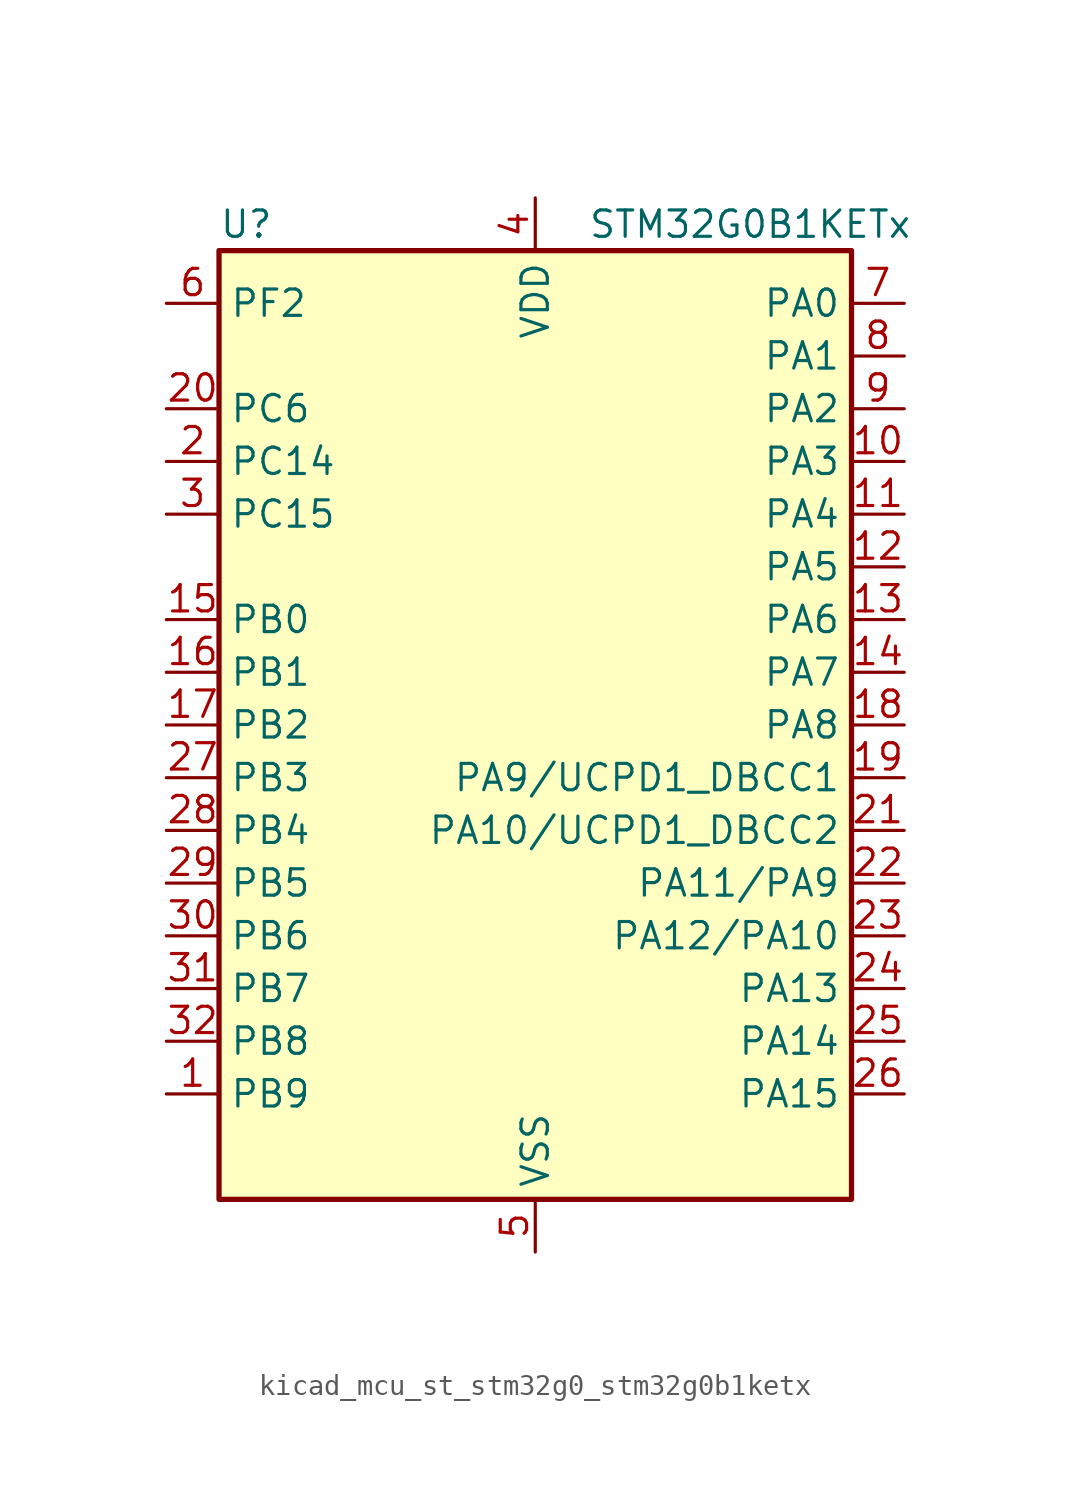
<source format=kicad_sym>
(kicad_symbol_lib
  (version 20220914)
  (generator kicad_symbol_editor)
  (symbol "kicad_mcu_st_stm32g0_stm32g0b1ketx"
    (property "Reference" "U"
      (at -15.24 24.13 0)
      (effects (font (size 1.27 1.27)) (justify left)))
    (property "Value" "STM32G0B1KETx"
      (at 2.54 24.13 0)
      (effects (font (size 1.27 1.27)) (justify left)))
    (property "ki_locked" ""
      (at 0 0 0)
      (effects (font (size 1.27 1.27))))
    (symbol "kicad_mcu_st_stm32g0_stm32g0b1ketx_0_1"
      (rectangle (start -15.24 -22.86) (end 15.24 22.86) (stroke (width 0.254) (type default)) (fill (type background))))
    (symbol "kicad_mcu_st_stm32g0_stm32g0b1ketx_1_1"
      (pin bidirectional line (at -17.78 -17.78 0) (length 2.54) (name "PB9" (effects (font (size 1.27 1.27)))) (number "1" (effects (font (size 1.27 1.27)))) (alternate "DAC1_EXTI9" bidirectional line) (alternate "FDCAN1_TX" bidirectional line) (alternate "I2C1_SDA" bidirectional line) (alternate "I2S2_WS" bidirectional line) (alternate "IR_OUT" bidirectional line) (alternate "SPI2_NSS" bidirectional line) (alternate "TIM17_CH1" bidirectional line) (alternate "TIM4_CH4" bidirectional line) (alternate "USART3_RX" bidirectional line) (alternate "USART6_RX" bidirectional line))
      (pin bidirectional line (at 17.78 12.7 180) (length 2.54) (name "PA3" (effects (font (size 1.27 1.27)))) (number "10" (effects (font (size 1.27 1.27)))) (alternate "ADC1_IN3" bidirectional line) (alternate "COMP2_INP" bidirectional line) (alternate "I2S2_MCK" bidirectional line) (alternate "LPUART1_RX" bidirectional line) (alternate "SPI2_MISO" bidirectional line) (alternate "TIM15_CH2" bidirectional line) (alternate "TIM2_CH4" bidirectional line) (alternate "USART2_RX" bidirectional line))
      (pin bidirectional line (at 17.78 10.16 180) (length 2.54) (name "PA4" (effects (font (size 1.27 1.27)))) (number "11" (effects (font (size 1.27 1.27)))) (alternate "ADC1_IN4" bidirectional line) (alternate "DAC1_OUT1" bidirectional line) (alternate "I2S1_WS" bidirectional line) (alternate "I2S2_SD" bidirectional line) (alternate "LPTIM2_OUT" bidirectional line) (alternate "RTC_OUT1" bidirectional line) (alternate "RTC_TAMP_IN1" bidirectional line) (alternate "RTC_TS" bidirectional line) (alternate "SPI1_NSS" bidirectional line) (alternate "SPI2_MOSI" bidirectional line) (alternate "SPI3_NSS" bidirectional line) (alternate "SYS_WKUP2" bidirectional line) (alternate "TIM14_CH1" bidirectional line) (alternate "USART6_TX" bidirectional line) (alternate "USB_NOE" bidirectional line))
      (pin bidirectional line (at 17.78 7.62 180) (length 2.54) (name "PA5" (effects (font (size 1.27 1.27)))) (number "12" (effects (font (size 1.27 1.27)))) (alternate "ADC1_IN5" bidirectional line) (alternate "CEC" bidirectional line) (alternate "DAC1_OUT2" bidirectional line) (alternate "I2S1_CK" bidirectional line) (alternate "LPTIM2_ETR" bidirectional line) (alternate "SPI1_SCK" bidirectional line) (alternate "TIM2_CH1" bidirectional line) (alternate "TIM2_ETR" bidirectional line) (alternate "UCPD1_FRSTX1" bidirectional line) (alternate "UCPD1_FRSTX2" bidirectional line) (alternate "USART3_TX" bidirectional line) (alternate "USART6_RX" bidirectional line))
      (pin bidirectional line (at 17.78 5.08 180) (length 2.54) (name "PA6" (effects (font (size 1.27 1.27)))) (number "13" (effects (font (size 1.27 1.27)))) (alternate "ADC1_IN6" bidirectional line) (alternate "COMP1_OUT" bidirectional line) (alternate "I2C2_SDA" bidirectional line) (alternate "I2C3_SDA" bidirectional line) (alternate "I2S1_MCK" bidirectional line) (alternate "LPUART1_CTS" bidirectional line) (alternate "SPI1_MISO" bidirectional line) (alternate "TIM16_CH1" bidirectional line) (alternate "TIM1_BK" bidirectional line) (alternate "TIM3_CH1" bidirectional line) (alternate "USART3_CTS" bidirectional line) (alternate "USART3_NSS" bidirectional line) (alternate "USART6_CTS" bidirectional line) (alternate "USART6_NSS" bidirectional line))
      (pin bidirectional line (at 17.78 2.54 180) (length 2.54) (name "PA7" (effects (font (size 1.27 1.27)))) (number "14" (effects (font (size 1.27 1.27)))) (alternate "ADC1_IN7" bidirectional line) (alternate "COMP2_OUT" bidirectional line) (alternate "I2C2_SCL" bidirectional line) (alternate "I2C3_SCL" bidirectional line) (alternate "I2S1_SD" bidirectional line) (alternate "SPI1_MOSI" bidirectional line) (alternate "TIM14_CH1" bidirectional line) (alternate "TIM17_CH1" bidirectional line) (alternate "TIM1_CH1N" bidirectional line) (alternate "TIM3_CH2" bidirectional line) (alternate "UCPD1_FRSTX1" bidirectional line) (alternate "UCPD1_FRSTX2" bidirectional line) (alternate "USART6_CK" bidirectional line) (alternate "USART6_DE" bidirectional line) (alternate "USART6_RTS" bidirectional line))
      (pin bidirectional line (at -17.78 5.08 0) (length 2.54) (name "PB0" (effects (font (size 1.27 1.27)))) (number "15" (effects (font (size 1.27 1.27)))) (alternate "ADC1_IN8" bidirectional line) (alternate "COMP1_OUT" bidirectional line) (alternate "COMP3_INP" bidirectional line) (alternate "FDCAN2_RX" bidirectional line) (alternate "I2S1_WS" bidirectional line) (alternate "LPTIM1_OUT" bidirectional line) (alternate "LPUART2_CTS" bidirectional line) (alternate "SPI1_NSS" bidirectional line) (alternate "TIM1_CH2N" bidirectional line) (alternate "TIM3_CH3" bidirectional line) (alternate "UCPD1_FRSTX1" bidirectional line) (alternate "UCPD1_FRSTX2" bidirectional line) (alternate "USART3_RX" bidirectional line) (alternate "USART5_TX" bidirectional line))
      (pin bidirectional line (at -17.78 2.54 0) (length 2.54) (name "PB1" (effects (font (size 1.27 1.27)))) (number "16" (effects (font (size 1.27 1.27)))) (alternate "ADC1_IN9" bidirectional line) (alternate "COMP1_INM" bidirectional line) (alternate "COMP3_OUT" bidirectional line) (alternate "FDCAN2_TX" bidirectional line) (alternate "LPTIM2_IN1" bidirectional line) (alternate "LPUART1_DE" bidirectional line) (alternate "LPUART1_RTS" bidirectional line) (alternate "LPUART2_DE" bidirectional line) (alternate "LPUART2_RTS" bidirectional line) (alternate "TIM14_CH1" bidirectional line) (alternate "TIM1_CH3N" bidirectional line) (alternate "TIM3_CH4" bidirectional line) (alternate "USART3_CK" bidirectional line) (alternate "USART3_DE" bidirectional line) (alternate "USART3_RTS" bidirectional line) (alternate "USART5_RX" bidirectional line))
      (pin bidirectional line (at -17.78 0 0) (length 2.54) (name "PB2" (effects (font (size 1.27 1.27)))) (number "17" (effects (font (size 1.27 1.27)))) (alternate "ADC1_IN10" bidirectional line) (alternate "COMP1_INP" bidirectional line) (alternate "COMP3_INM" bidirectional line) (alternate "I2S2_MCK" bidirectional line) (alternate "LPTIM1_OUT" bidirectional line) (alternate "RCC_MCO_2" bidirectional line) (alternate "SPI2_MISO" bidirectional line) (alternate "USART3_TX" bidirectional line))
      (pin bidirectional line (at 17.78 0 180) (length 2.54) (name "PA8" (effects (font (size 1.27 1.27)))) (number "18" (effects (font (size 1.27 1.27)))) (alternate "CRS1_SYNC" bidirectional line) (alternate "I2C2_SMBA" bidirectional line) (alternate "I2S2_WS" bidirectional line) (alternate "LPTIM2_OUT" bidirectional line) (alternate "RCC_MCO" bidirectional line) (alternate "SPI2_NSS" bidirectional line) (alternate "TIM1_CH1" bidirectional line) (alternate "UCPD1_CC1" bidirectional line))
      (pin bidirectional line (at 17.78 -2.54 180) (length 2.54) (name "PA9/UCPD1_DBCC1" (effects (font (size 1.27 1.27)))) (number "19" (effects (font (size 1.27 1.27)))) (alternate "DAC1_EXTI9" bidirectional line) (alternate "I2C1_SCL" bidirectional line) (alternate "I2C2_SCL" bidirectional line) (alternate "I2S2_MCK" bidirectional line) (alternate "RCC_MCO" bidirectional line) (alternate "SPI2_MISO" bidirectional line) (alternate "TIM15_BK" bidirectional line) (alternate "TIM1_CH2" bidirectional line) (alternate "UCPD1_DBCC1" bidirectional line) (alternate "USART1_TX" bidirectional line))
      (pin bidirectional line (at -17.78 12.7 0) (length 2.54) (name "PC14" (effects (font (size 1.27 1.27)))) (number "2" (effects (font (size 1.27 1.27)))) (alternate "RCC_OSC32_IN" bidirectional line) (alternate "RCC_OSC_IN" bidirectional line) (alternate "TIM1_BK2" bidirectional line))
      (pin bidirectional line (at -17.78 15.24 0) (length 2.54) (name "PC6" (effects (font (size 1.27 1.27)))) (number "20" (effects (font (size 1.27 1.27)))) (alternate "LPUART2_TX" bidirectional line) (alternate "TIM2_CH3" bidirectional line) (alternate "TIM3_CH1" bidirectional line) (alternate "UCPD1_FRSTX1" bidirectional line) (alternate "UCPD1_FRSTX2" bidirectional line))
      (pin bidirectional line (at 17.78 -5.08 180) (length 2.54) (name "PA10/UCPD1_DBCC2" (effects (font (size 1.27 1.27)))) (number "21" (effects (font (size 1.27 1.27)))) (alternate "I2C1_SDA" bidirectional line) (alternate "I2C2_SDA" bidirectional line) (alternate "I2S2_SD" bidirectional line) (alternate "RCC_MCO_2" bidirectional line) (alternate "SPI2_MOSI" bidirectional line) (alternate "TIM17_BK" bidirectional line) (alternate "TIM1_CH3" bidirectional line) (alternate "UCPD1_DBCC2" bidirectional line) (alternate "USART1_RX" bidirectional line))
      (pin bidirectional line (at 17.78 -7.62 180) (length 2.54) (name "PA11/PA9" (effects (font (size 1.27 1.27)))) (number "22" (effects (font (size 1.27 1.27)))) (alternate "ADC1_EXTI11" bidirectional line) (alternate "COMP1_OUT" bidirectional line) (alternate "FDCAN1_RX" bidirectional line) (alternate "I2C2_SCL" bidirectional line) (alternate "I2S1_MCK" bidirectional line) (alternate "SPI1_MISO" bidirectional line) (alternate "TIM1_BK2" bidirectional line) (alternate "TIM1_CH4" bidirectional line) (alternate "USART1_CTS" bidirectional line) (alternate "USART1_NSS" bidirectional line) (alternate "USB_DM" bidirectional line))
      (pin bidirectional line (at 17.78 -10.16 180) (length 2.54) (name "PA12/PA10" (effects (font (size 1.27 1.27)))) (number "23" (effects (font (size 1.27 1.27)))) (alternate "COMP2_OUT" bidirectional line) (alternate "FDCAN1_TX" bidirectional line) (alternate "I2C2_SDA" bidirectional line) (alternate "I2S1_SD" bidirectional line) (alternate "I2S_CKIN" bidirectional line) (alternate "SPI1_MOSI" bidirectional line) (alternate "TIM1_ETR" bidirectional line) (alternate "USART1_CK" bidirectional line) (alternate "USART1_DE" bidirectional line) (alternate "USART1_RTS" bidirectional line) (alternate "USB_DP" bidirectional line))
      (pin bidirectional line (at 17.78 -12.7 180) (length 2.54) (name "PA13" (effects (font (size 1.27 1.27)))) (number "24" (effects (font (size 1.27 1.27)))) (alternate "IR_OUT" bidirectional line) (alternate "LPUART2_RX" bidirectional line) (alternate "SYS_SWDIO" bidirectional line) (alternate "USB_NOE" bidirectional line))
      (pin bidirectional line (at 17.78 -15.24 180) (length 2.54) (name "PA14" (effects (font (size 1.27 1.27)))) (number "25" (effects (font (size 1.27 1.27)))) (alternate "LPUART2_TX" bidirectional line) (alternate "SYS_SWCLK" bidirectional line) (alternate "USART2_TX" bidirectional line))
      (pin bidirectional line (at 17.78 -17.78 180) (length 2.54) (name "PA15" (effects (font (size 1.27 1.27)))) (number "26" (effects (font (size 1.27 1.27)))) (alternate "I2C2_SMBA" bidirectional line) (alternate "I2S1_WS" bidirectional line) (alternate "RCC_MCO_2" bidirectional line) (alternate "SPI1_NSS" bidirectional line) (alternate "SPI3_NSS" bidirectional line) (alternate "TIM2_CH1" bidirectional line) (alternate "TIM2_ETR" bidirectional line) (alternate "USART2_RX" bidirectional line) (alternate "USART3_CK" bidirectional line) (alternate "USART3_DE" bidirectional line) (alternate "USART3_RTS" bidirectional line) (alternate "USART4_CK" bidirectional line) (alternate "USART4_DE" bidirectional line) (alternate "USART4_RTS" bidirectional line) (alternate "USB_NOE" bidirectional line))
      (pin bidirectional line (at -17.78 -2.54 0) (length 2.54) (name "PB3" (effects (font (size 1.27 1.27)))) (number "27" (effects (font (size 1.27 1.27)))) (alternate "COMP2_INM" bidirectional line) (alternate "I2C2_SCL" bidirectional line) (alternate "I2C3_SCL" bidirectional line) (alternate "I2S1_CK" bidirectional line) (alternate "SPI1_SCK" bidirectional line) (alternate "SPI3_SCK" bidirectional line) (alternate "TIM1_CH2" bidirectional line) (alternate "TIM2_CH2" bidirectional line) (alternate "USART1_CK" bidirectional line) (alternate "USART1_DE" bidirectional line) (alternate "USART1_RTS" bidirectional line) (alternate "USART5_TX" bidirectional line))
      (pin bidirectional line (at -17.78 -5.08 0) (length 2.54) (name "PB4" (effects (font (size 1.27 1.27)))) (number "28" (effects (font (size 1.27 1.27)))) (alternate "COMP2_INP" bidirectional line) (alternate "I2C2_SDA" bidirectional line) (alternate "I2C3_SDA" bidirectional line) (alternate "I2S1_MCK" bidirectional line) (alternate "SPI1_MISO" bidirectional line) (alternate "SPI3_MISO" bidirectional line) (alternate "TIM17_BK" bidirectional line) (alternate "TIM3_CH1" bidirectional line) (alternate "USART1_CTS" bidirectional line) (alternate "USART1_NSS" bidirectional line) (alternate "USART5_RX" bidirectional line))
      (pin bidirectional line (at -17.78 -7.62 0) (length 2.54) (name "PB5" (effects (font (size 1.27 1.27)))) (number "29" (effects (font (size 1.27 1.27)))) (alternate "COMP2_OUT" bidirectional line) (alternate "FDCAN2_RX" bidirectional line) (alternate "I2C1_SMBA" bidirectional line) (alternate "I2S1_SD" bidirectional line) (alternate "LPTIM1_IN1" bidirectional line) (alternate "SPI1_MOSI" bidirectional line) (alternate "SPI3_MOSI" bidirectional line) (alternate "SYS_WKUP6" bidirectional line) (alternate "TIM16_BK" bidirectional line) (alternate "TIM3_CH2" bidirectional line) (alternate "USART5_CK" bidirectional line) (alternate "USART5_DE" bidirectional line) (alternate "USART5_RTS" bidirectional line))
      (pin bidirectional line (at -17.78 10.16 0) (length 2.54) (name "PC15" (effects (font (size 1.27 1.27)))) (number "3" (effects (font (size 1.27 1.27)))) (alternate "RCC_OSC32_EN" bidirectional line) (alternate "RCC_OSC32_OUT" bidirectional line) (alternate "RCC_OSC_EN" bidirectional line) (alternate "TIM15_BK" bidirectional line))
      (pin bidirectional line (at -17.78 -10.16 0) (length 2.54) (name "PB6" (effects (font (size 1.27 1.27)))) (number "30" (effects (font (size 1.27 1.27)))) (alternate "COMP2_INP" bidirectional line) (alternate "FDCAN2_TX" bidirectional line) (alternate "I2C1_SCL" bidirectional line) (alternate "I2S2_MCK" bidirectional line) (alternate "LPTIM1_ETR" bidirectional line) (alternate "LPUART2_TX" bidirectional line) (alternate "SPI2_MISO" bidirectional line) (alternate "TIM16_CH1N" bidirectional line) (alternate "TIM1_CH3" bidirectional line) (alternate "TIM4_CH1" bidirectional line) (alternate "USART1_TX" bidirectional line) (alternate "USART5_CTS" bidirectional line) (alternate "USART5_NSS" bidirectional line))
      (pin bidirectional line (at -17.78 -12.7 0) (length 2.54) (name "PB7" (effects (font (size 1.27 1.27)))) (number "31" (effects (font (size 1.27 1.27)))) (alternate "COMP2_INM" bidirectional line) (alternate "I2C1_SDA" bidirectional line) (alternate "I2S2_SD" bidirectional line) (alternate "LPTIM1_IN2" bidirectional line) (alternate "LPUART2_RX" bidirectional line) (alternate "SPI2_MOSI" bidirectional line) (alternate "SYS_PVD_IN" bidirectional line) (alternate "TIM17_CH1N" bidirectional line) (alternate "TIM4_CH2" bidirectional line) (alternate "USART1_RX" bidirectional line) (alternate "USART4_CTS" bidirectional line) (alternate "USART4_NSS" bidirectional line))
      (pin bidirectional line (at -17.78 -15.24 0) (length 2.54) (name "PB8" (effects (font (size 1.27 1.27)))) (number "32" (effects (font (size 1.27 1.27)))) (alternate "CEC" bidirectional line) (alternate "FDCAN1_RX" bidirectional line) (alternate "I2C1_SCL" bidirectional line) (alternate "I2S2_CK" bidirectional line) (alternate "SPI2_SCK" bidirectional line) (alternate "TIM15_BK" bidirectional line) (alternate "TIM16_CH1" bidirectional line) (alternate "TIM4_CH3" bidirectional line) (alternate "USART3_TX" bidirectional line) (alternate "USART6_TX" bidirectional line))
      (pin power_in line (at 0 25.4 270) (length 2.54) (name "VDD" (effects (font (size 1.27 1.27)))) (number "4" (effects (font (size 1.27 1.27)))))
      (pin power_in line (at 0 -25.4 90) (length 2.54) (name "VSS" (effects (font (size 1.27 1.27)))) (number "5" (effects (font (size 1.27 1.27)))))
      (pin bidirectional line (at -17.78 20.32 0) (length 2.54) (name "PF2" (effects (font (size 1.27 1.27)))) (number "6" (effects (font (size 1.27 1.27)))) (alternate "LPUART2_DE" bidirectional line) (alternate "LPUART2_RTS" bidirectional line) (alternate "LPUART2_TX" bidirectional line) (alternate "RCC_MCO" bidirectional line))
      (pin bidirectional line (at 17.78 20.32 180) (length 2.54) (name "PA0" (effects (font (size 1.27 1.27)))) (number "7" (effects (font (size 1.27 1.27)))) (alternate "ADC1_IN0" bidirectional line) (alternate "COMP1_INM" bidirectional line) (alternate "COMP1_OUT" bidirectional line) (alternate "I2S2_CK" bidirectional line) (alternate "LPTIM1_OUT" bidirectional line) (alternate "RTC_TAMP_IN2" bidirectional line) (alternate "SPI2_SCK" bidirectional line) (alternate "SYS_WKUP1" bidirectional line) (alternate "TIM2_CH1" bidirectional line) (alternate "TIM2_ETR" bidirectional line) (alternate "USART2_CTS" bidirectional line) (alternate "USART2_NSS" bidirectional line) (alternate "USART4_TX" bidirectional line))
      (pin bidirectional line (at 17.78 17.78 180) (length 2.54) (name "PA1" (effects (font (size 1.27 1.27)))) (number "8" (effects (font (size 1.27 1.27)))) (alternate "ADC1_IN1" bidirectional line) (alternate "COMP1_INP" bidirectional line) (alternate "I2C1_SMBA" bidirectional line) (alternate "I2S1_CK" bidirectional line) (alternate "SPI1_SCK" bidirectional line) (alternate "TIM15_CH1N" bidirectional line) (alternate "TIM2_CH2" bidirectional line) (alternate "USART2_CK" bidirectional line) (alternate "USART2_DE" bidirectional line) (alternate "USART2_RTS" bidirectional line) (alternate "USART4_RX" bidirectional line))
      (pin bidirectional line (at 17.78 15.24 180) (length 2.54) (name "PA2" (effects (font (size 1.27 1.27)))) (number "9" (effects (font (size 1.27 1.27)))) (alternate "ADC1_IN2" bidirectional line) (alternate "COMP2_INM" bidirectional line) (alternate "COMP2_OUT" bidirectional line) (alternate "I2S1_SD" bidirectional line) (alternate "LPUART1_TX" bidirectional line) (alternate "RCC_LSCO" bidirectional line) (alternate "SPI1_MOSI" bidirectional line) (alternate "SYS_WKUP4" bidirectional line) (alternate "TIM15_CH1" bidirectional line) (alternate "TIM2_CH3" bidirectional line) (alternate "UCPD1_FRSTX1" bidirectional line) (alternate "UCPD1_FRSTX2" bidirectional line) (alternate "USART2_TX" bidirectional line)))))
</source>
